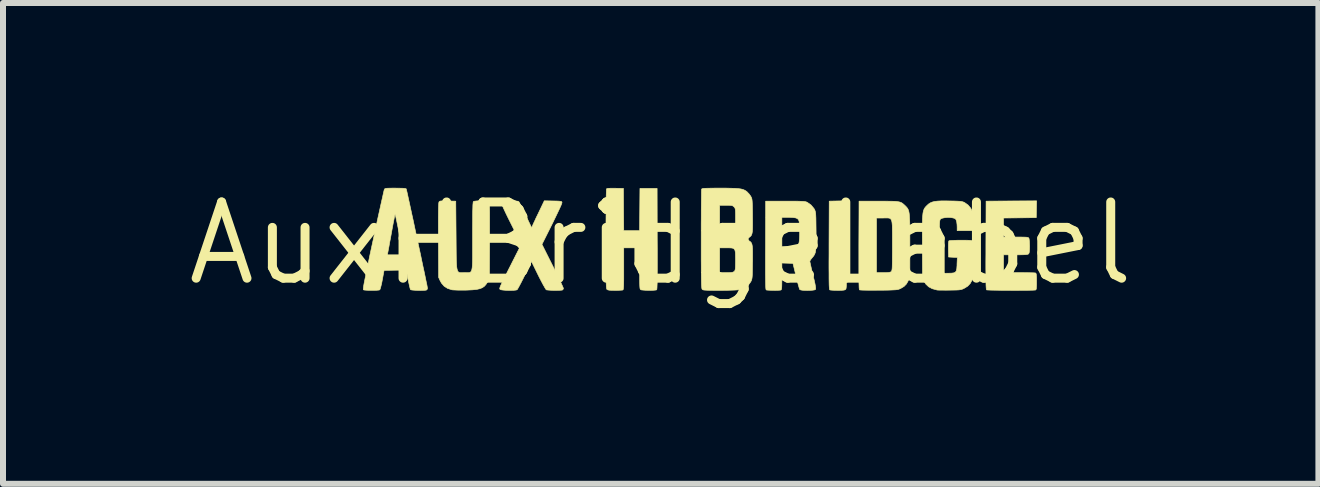
<source format=kicad_pcb>
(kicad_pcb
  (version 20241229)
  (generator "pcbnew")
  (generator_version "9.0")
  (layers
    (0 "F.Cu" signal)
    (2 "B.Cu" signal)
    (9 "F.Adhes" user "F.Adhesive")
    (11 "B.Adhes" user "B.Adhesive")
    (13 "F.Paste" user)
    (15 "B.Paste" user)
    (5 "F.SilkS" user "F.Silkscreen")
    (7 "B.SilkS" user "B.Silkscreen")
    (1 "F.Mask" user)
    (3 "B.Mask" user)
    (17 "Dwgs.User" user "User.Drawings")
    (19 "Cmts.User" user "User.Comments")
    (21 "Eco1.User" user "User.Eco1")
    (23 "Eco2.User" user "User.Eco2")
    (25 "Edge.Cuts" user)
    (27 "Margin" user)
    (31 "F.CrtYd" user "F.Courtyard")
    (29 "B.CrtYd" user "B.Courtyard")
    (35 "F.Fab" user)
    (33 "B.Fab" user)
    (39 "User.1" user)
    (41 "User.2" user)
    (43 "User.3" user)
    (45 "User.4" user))
  (footprint "AuxHBridgeLabel"
    (layer "F.Cu")
    (at 7.96 1.006)
    (property "Reference" "AuxHBridgeLabel" (at 0 0 0) (layer "F.SilkS") (effects (font (size 1.27 1.27) (thickness 0.15))))
    (attr through_hole)
    (fp_poly (pts (xy 3.048 -0.707) (xy 3.074 -0.704) (xy 3.088 -0.698) (xy 3.09 -0.696) (xy 3.091 -0.684) (xy 3.093 -0.652) (xy 3.094 -0.602) (xy 3.095 -0.536) (xy 3.096 -0.457) (xy 3.097 -0.365) (xy 3.098 -0.262) (xy 3.098 -0.151) (xy 3.099 -0.033) (xy 3.099 0.033) (xy 3.099 0.175) (xy 3.098 0.298) (xy 3.098 0.402) (xy 3.098 0.489) (xy 3.097 0.561) (xy 3.096 0.619) (xy 3.095 0.665) (xy 3.094 0.701) (xy 3.092 0.727) (xy 3.09 0.745) (xy 3.087 0.757) (xy 3.084 0.764) (xy 3.082 0.766) (xy 3.07 0.774) (xy 3.049 0.779) (xy 3.016 0.782) (xy 2.966 0.783) (xy 2.947 0.783) (xy 2.898 0.782) (xy 2.857 0.78) (xy 2.827 0.777) (xy 2.816 0.774) (xy 2.813 0.768) (xy 2.811 0.754) (xy 2.809 0.73) (xy 2.807 0.694) (xy 2.806 0.646) (xy 2.805 0.585) (xy 2.805 0.508) (xy 2.804 0.415) (xy 2.804 0.305) (xy 2.805 0.176) (xy 2.805 0.031) (xy 2.808 -0.704) (xy 2.944 -0.707) (xy 3.005 -0.708) (xy 3.048 -0.707)) (stroke (width 0.01) (type solid)) (fill yes) (layer "F.SilkS"))
    (fp_poly (pts (xy 6.258 -0.429) (xy 5.985 -0.426) (xy 5.713 -0.423) (xy 5.713 -0.106) (xy 5.919 -0.106) (xy 5.99 -0.106) (xy 6.043 -0.105) (xy 6.08 -0.104) (xy 6.105 -0.102) (xy 6.121 -0.098) (xy 6.13 -0.093) (xy 6.135 -0.087) (xy 6.136 -0.086) (xy 6.14 -0.067) (xy 6.144 -0.032) (xy 6.146 0.012) (xy 6.147 0.046) (xy 6.146 0.1) (xy 6.143 0.136) (xy 6.139 0.159) (xy 6.131 0.173) (xy 6.13 0.174) (xy 6.121 0.18) (xy 6.106 0.184) (xy 6.082 0.187) (xy 6.045 0.189) (xy 5.994 0.19) (xy 5.925 0.19) (xy 5.913 0.19) (xy 5.713 0.19) (xy 5.713 0.487) (xy 5.971 0.487) (xy 6.044 0.487) (xy 6.11 0.488) (xy 6.166 0.489) (xy 6.21 0.49) (xy 6.238 0.492) (xy 6.246 0.493) (xy 6.253 0.499) (xy 6.258 0.512) (xy 6.261 0.536) (xy 6.263 0.574) (xy 6.263 0.63) (xy 6.263 0.635) (xy 6.263 0.692) (xy 6.261 0.731) (xy 6.259 0.756) (xy 6.254 0.77) (xy 6.247 0.776) (xy 6.246 0.777) (xy 6.231 0.778) (xy 6.198 0.78) (xy 6.15 0.781) (xy 6.089 0.782) (xy 6.019 0.782) (xy 5.943 0.783) (xy 5.862 0.783) (xy 5.781 0.782) (xy 5.702 0.782) (xy 5.628 0.781) (xy 5.561 0.78) (xy 5.505 0.779) (xy 5.463 0.777) (xy 5.437 0.776) (xy 5.43 0.774) (xy 5.427 0.768) (xy 5.425 0.754) (xy 5.423 0.73) (xy 5.421 0.694) (xy 5.42 0.646) (xy 5.419 0.585) (xy 5.419 0.508) (xy 5.418 0.415) (xy 5.418 0.305) (xy 5.419 0.176) (xy 5.419 0.031) (xy 5.422 -0.704) (xy 5.843 -0.707) (xy 6.264 -0.709) (xy 6.258 -0.429)) (stroke (width 0.01) (type solid)) (fill yes) (layer "F.SilkS"))
    (fp_poly (pts (xy -0.78 -0.919) (xy -0.758 -0.919) (xy -0.621 -0.916) (xy -0.619 -0.564) (xy -0.616 -0.212) (xy -0.352 -0.212) (xy -0.349 -0.564) (xy -0.346 -0.916) (xy -0.06 -0.916) (xy -0.058 -0.075) (xy -0.057 0.084) (xy -0.057 0.224) (xy -0.057 0.344) (xy -0.057 0.447) (xy -0.058 0.533) (xy -0.058 0.604) (xy -0.059 0.661) (xy -0.061 0.705) (xy -0.062 0.737) (xy -0.064 0.759) (xy -0.066 0.771) (xy -0.068 0.774) (xy -0.086 0.778) (xy -0.119 0.781) (xy -0.162 0.783) (xy -0.209 0.782) (xy -0.256 0.781) (xy -0.295 0.778) (xy -0.323 0.775) (xy -0.331 0.772) (xy -0.337 0.768) (xy -0.341 0.762) (xy -0.345 0.751) (xy -0.347 0.733) (xy -0.349 0.705) (xy -0.35 0.667) (xy -0.351 0.615) (xy -0.351 0.547) (xy -0.351 0.461) (xy -0.351 0.418) (xy -0.351 0.074) (xy -0.616 0.074) (xy -0.616 0.422) (xy -0.616 0.518) (xy -0.616 0.595) (xy -0.617 0.655) (xy -0.618 0.7) (xy -0.62 0.732) (xy -0.622 0.754) (xy -0.625 0.768) (xy -0.629 0.774) (xy -0.633 0.777) (xy -0.65 0.779) (xy -0.683 0.781) (xy -0.727 0.783) (xy -0.764 0.783) (xy -0.819 0.782) (xy -0.856 0.78) (xy -0.88 0.775) (xy -0.894 0.768) (xy -0.896 0.766) (xy -0.899 0.762) (xy -0.901 0.753) (xy -0.904 0.739) (xy -0.906 0.718) (xy -0.907 0.69) (xy -0.909 0.652) (xy -0.91 0.603) (xy -0.911 0.542) (xy -0.911 0.468) (xy -0.912 0.378) (xy -0.912 0.272) (xy -0.912 0.149) (xy -0.912 0.006) (xy -0.912 -0.072) (xy -0.912 -0.203) (xy -0.912 -0.327) (xy -0.911 -0.443) (xy -0.91 -0.551) (xy -0.91 -0.647) (xy -0.909 -0.731) (xy -0.908 -0.8) (xy -0.906 -0.854) (xy -0.905 -0.89) (xy -0.904 -0.907) (xy -0.903 -0.908) (xy -0.894 -0.914) (xy -0.872 -0.918) (xy -0.834 -0.919) (xy -0.78 -0.919)) (stroke (width 0.01) (type solid)) (fill yes) (layer "F.SilkS"))
    (fp_poly (pts (xy 3.73 -0.704) (xy 3.808 -0.703) (xy 3.87 -0.702) (xy 3.919 -0.7) (xy 3.956 -0.695) (xy 3.985 -0.689) (xy 4.009 -0.68) (xy 4.029 -0.668) (xy 4.048 -0.652) (xy 4.069 -0.633) (xy 4.075 -0.627) (xy 4.091 -0.611) (xy 4.105 -0.595) (xy 4.117 -0.578) (xy 4.126 -0.559) (xy 4.134 -0.534) (xy 4.14 -0.503) (xy 4.144 -0.463) (xy 4.147 -0.412) (xy 4.15 -0.35) (xy 4.151 -0.273) (xy 4.152 -0.181) (xy 4.152 -0.07) (xy 4.152 0.042) (xy 4.152 0.566) (xy 4.127 0.619) (xy 4.095 0.676) (xy 4.055 0.717) (xy 4.002 0.749) (xy 3.994 0.753) (xy 3.978 0.76) (xy 3.961 0.766) (xy 3.942 0.77) (xy 3.918 0.773) (xy 3.885 0.775) (xy 3.842 0.777) (xy 3.785 0.779) (xy 3.712 0.78) (xy 3.633 0.78) (xy 3.554 0.781) (xy 3.482 0.781) (xy 3.419 0.78) (xy 3.368 0.779) (xy 3.332 0.777) (xy 3.314 0.775) (xy 3.313 0.775) (xy 3.31 0.769) (xy 3.308 0.754) (xy 3.306 0.73) (xy 3.305 0.694) (xy 3.303 0.646) (xy 3.303 0.584) (xy 3.302 0.508) (xy 3.302 0.415) (xy 3.302 0.304) (xy 3.302 0.175) (xy 3.302 0.031) (xy 3.304 -0.423) (xy 3.596 -0.423) (xy 3.596 0.487) (xy 3.709 0.487) (xy 3.763 0.486) (xy 3.8 0.484) (xy 3.824 0.479) (xy 3.839 0.472) (xy 3.841 0.469) (xy 3.846 0.464) (xy 3.85 0.455) (xy 3.853 0.443) (xy 3.856 0.423) (xy 3.858 0.395) (xy 3.859 0.355) (xy 3.86 0.304) (xy 3.86 0.237) (xy 3.861 0.153) (xy 3.861 0.051) (xy 3.861 0.035) (xy 3.861 -0.076) (xy 3.861 -0.167) (xy 3.86 -0.241) (xy 3.859 -0.3) (xy 3.855 -0.344) (xy 3.849 -0.377) (xy 3.839 -0.399) (xy 3.826 -0.413) (xy 3.809 -0.421) (xy 3.786 -0.424) (xy 3.758 -0.424) (xy 3.724 -0.424) (xy 3.707 -0.423) (xy 3.596 -0.423) (xy 3.304 -0.423) (xy 3.305 -0.704) (xy 3.633 -0.704) (xy 3.73 -0.704)) (stroke (width 0.01) (type solid)) (fill yes) (layer "F.SilkS"))
    (fp_poly (pts (xy -2.938 -0.708) (xy -2.898 -0.705) (xy -2.871 -0.7) (xy -2.861 -0.695) (xy -2.858 -0.685) (xy -2.856 -0.663) (xy -2.854 -0.628) (xy -2.852 -0.577) (xy -2.851 -0.512) (xy -2.851 -0.429) (xy -2.851 -0.329) (xy -2.851 -0.209) (xy -2.851 -0.07) (xy -2.851 -0.046) (xy -2.854 0.587) (xy -2.884 0.642) (xy -2.91 0.682) (xy -2.938 0.714) (xy -2.972 0.738) (xy -3.014 0.755) (xy -3.067 0.767) (xy -3.135 0.774) (xy -3.22 0.778) (xy -3.251 0.779) (xy -3.315 0.779) (xy -3.375 0.779) (xy -3.426 0.777) (xy -3.464 0.775) (xy -3.48 0.773) (xy -3.552 0.75) (xy -3.609 0.713) (xy -3.654 0.661) (xy -3.677 0.619) (xy -3.701 0.566) (xy -3.704 -0.05) (xy -3.705 -0.196) (xy -3.705 -0.322) (xy -3.705 -0.428) (xy -3.704 -0.515) (xy -3.703 -0.584) (xy -3.701 -0.634) (xy -3.699 -0.668) (xy -3.696 -0.686) (xy -3.696 -0.688) (xy -3.69 -0.697) (xy -3.68 -0.703) (xy -3.664 -0.707) (xy -3.636 -0.708) (xy -3.594 -0.708) (xy -3.55 -0.707) (xy -3.415 -0.704) (xy -3.41 -0.131) (xy -3.409 -0.001) (xy -3.408 0.11) (xy -3.407 0.203) (xy -3.406 0.279) (xy -3.403 0.34) (xy -3.4 0.389) (xy -3.394 0.425) (xy -3.387 0.451) (xy -3.378 0.469) (xy -3.366 0.48) (xy -3.351 0.486) (xy -3.333 0.488) (xy -3.311 0.488) (xy -3.285 0.487) (xy -3.271 0.487) (xy -3.242 0.487) (xy -3.217 0.488) (xy -3.197 0.487) (xy -3.18 0.484) (xy -3.166 0.475) (xy -3.156 0.461) (xy -3.148 0.439) (xy -3.142 0.407) (xy -3.138 0.364) (xy -3.136 0.309) (xy -3.135 0.239) (xy -3.135 0.154) (xy -3.135 0.051) (xy -3.135 -0.071) (xy -3.135 -0.12) (xy -3.135 -0.252) (xy -3.134 -0.364) (xy -3.134 -0.458) (xy -3.133 -0.534) (xy -3.131 -0.594) (xy -3.13 -0.639) (xy -3.127 -0.67) (xy -3.125 -0.689) (xy -3.122 -0.697) (xy -3.105 -0.703) (xy -3.073 -0.707) (xy -3.031 -0.71) (xy -2.984 -0.71) (xy -2.938 -0.708)) (stroke (width 0.01) (type solid)) (fill yes) (layer "F.SilkS"))
    (fp_poly (pts (xy -2.437 -0.709) (xy -2.398 -0.705) (xy -2.372 -0.7) (xy -2.364 -0.695) (xy -2.356 -0.682) (xy -2.34 -0.652) (xy -2.319 -0.609) (xy -2.293 -0.556) (xy -2.264 -0.496) (xy -2.251 -0.471) (xy -2.151 -0.261) (xy -2.131 -0.308) (xy -2.12 -0.333) (xy -2.101 -0.372) (xy -2.078 -0.423) (xy -2.05 -0.48) (xy -2.025 -0.532) (xy -1.94 -0.71) (xy -1.794 -0.707) (xy -1.736 -0.706) (xy -1.695 -0.704) (xy -1.67 -0.701) (xy -1.655 -0.698) (xy -1.648 -0.692) (xy -1.645 -0.683) (xy -1.645 -0.681) (xy -1.649 -0.666) (xy -1.661 -0.634) (xy -1.682 -0.587) (xy -1.71 -0.528) (xy -1.744 -0.457) (xy -1.783 -0.376) (xy -1.81 -0.321) (xy -1.979 0.016) (xy -1.8 0.373) (xy -1.76 0.454) (xy -1.723 0.529) (xy -1.69 0.598) (xy -1.662 0.656) (xy -1.641 0.702) (xy -1.627 0.734) (xy -1.621 0.749) (xy -1.621 0.75) (xy -1.629 0.77) (xy -1.638 0.777) (xy -1.658 0.78) (xy -1.694 0.782) (xy -1.738 0.783) (xy -1.787 0.783) (xy -1.834 0.781) (xy -1.873 0.778) (xy -1.9 0.775) (xy -1.907 0.773) (xy -1.917 0.76) (xy -1.934 0.732) (xy -1.958 0.69) (xy -1.986 0.637) (xy -2.018 0.576) (xy -2.04 0.532) (xy -2.153 0.301) (xy -2.266 0.532) (xy -2.298 0.597) (xy -2.328 0.656) (xy -2.354 0.705) (xy -2.375 0.743) (xy -2.389 0.766) (xy -2.394 0.773) (xy -2.414 0.778) (xy -2.45 0.782) (xy -2.495 0.783) (xy -2.544 0.783) (xy -2.593 0.781) (xy -2.635 0.777) (xy -2.665 0.772) (xy -2.675 0.767) (xy -2.68 0.763) (xy -2.683 0.756) (xy -2.682 0.746) (xy -2.678 0.731) (xy -2.669 0.708) (xy -2.655 0.677) (xy -2.635 0.634) (xy -2.608 0.579) (xy -2.573 0.51) (xy -2.53 0.424) (xy -2.509 0.383) (xy -2.323 0.015) (xy -2.496 -0.331) (xy -2.539 -0.417) (xy -2.577 -0.495) (xy -2.609 -0.563) (xy -2.634 -0.618) (xy -2.652 -0.66) (xy -2.661 -0.685) (xy -2.663 -0.693) (xy -2.65 -0.7) (xy -2.621 -0.705) (xy -2.58 -0.709) (xy -2.533 -0.711) (xy -2.484 -0.711) (xy -2.437 -0.709)) (stroke (width 0.01) (type solid)) (fill yes) (layer "F.SilkS"))
    (fp_poly (pts (xy 2.17 -0.704) (xy 2.245 -0.704) (xy 2.303 -0.703) (xy 2.347 -0.701) (xy 2.38 -0.7) (xy 2.403 -0.697) (xy 2.421 -0.693) (xy 2.434 -0.688) (xy 2.443 -0.684) (xy 2.506 -0.639) (xy 2.555 -0.58) (xy 2.563 -0.566) (xy 2.569 -0.553) (xy 2.574 -0.539) (xy 2.578 -0.522) (xy 2.582 -0.498) (xy 2.584 -0.466) (xy 2.586 -0.423) (xy 2.587 -0.366) (xy 2.588 -0.292) (xy 2.589 -0.212) (xy 2.59 -0.112) (xy 2.59 -0.031) (xy 2.588 0.033) (xy 2.586 0.084) (xy 2.581 0.124) (xy 2.575 0.156) (xy 2.565 0.181) (xy 2.553 0.203) (xy 2.538 0.223) (xy 2.526 0.237) (xy 2.504 0.264) (xy 2.489 0.287) (xy 2.485 0.297) (xy 2.487 0.311) (xy 2.494 0.342) (xy 2.504 0.388) (xy 2.517 0.444) (xy 2.533 0.508) (xy 2.538 0.532) (xy 2.557 0.609) (xy 2.57 0.668) (xy 2.578 0.711) (xy 2.582 0.741) (xy 2.582 0.759) (xy 2.579 0.768) (xy 2.563 0.775) (xy 2.531 0.78) (xy 2.489 0.783) (xy 2.442 0.784) (xy 2.396 0.783) (xy 2.356 0.78) (xy 2.328 0.774) (xy 2.317 0.769) (xy 2.311 0.755) (xy 2.302 0.724) (xy 2.289 0.678) (xy 2.274 0.622) (xy 2.258 0.559) (xy 2.255 0.544) (xy 2.204 0.333) (xy 2.112 0.33) (xy 2.019 0.327) (xy 2.019 0.549) (xy 2.019 0.624) (xy 2.018 0.68) (xy 2.017 0.721) (xy 2.015 0.748) (xy 2.012 0.765) (xy 2.007 0.773) (xy 2.003 0.777) (xy 1.983 0.78) (xy 1.95 0.782) (xy 1.907 0.783) (xy 1.861 0.782) (xy 1.818 0.781) (xy 1.782 0.779) (xy 1.76 0.776) (xy 1.757 0.774) (xy 1.755 0.768) (xy 1.752 0.754) (xy 1.75 0.73) (xy 1.749 0.694) (xy 1.748 0.646) (xy 1.747 0.585) (xy 1.746 0.508) (xy 1.746 0.415) (xy 1.746 0.305) (xy 1.746 0.176) (xy 1.747 0.053) (xy 2.019 0.053) (xy 2.13 0.053) (xy 2.179 0.052) (xy 2.222 0.049) (xy 2.255 0.046) (xy 2.267 0.043) (xy 2.291 0.023) (xy 2.304 -0.008) (xy 2.309 -0.037) (xy 2.313 -0.083) (xy 2.315 -0.138) (xy 2.315 -0.198) (xy 2.314 -0.258) (xy 2.312 -0.311) (xy 2.308 -0.353) (xy 2.305 -0.373) (xy 2.294 -0.397) (xy 2.276 -0.414) (xy 2.248 -0.425) (xy 2.206 -0.431) (xy 2.147 -0.434) (xy 2.117 -0.434) (xy 2.019 -0.434) (xy 2.019 0.053) (xy 1.747 0.053) (xy 1.747 0.031) (xy 1.749 -0.704) (xy 2.077 -0.704) (xy 2.17 -0.704)) (stroke (width 0.01) (type solid)) (fill yes) (layer "F.SilkS"))
    (fp_poly (pts (xy -4.351 -0.92) (xy -4.3 -0.919) (xy -4.266 -0.916) (xy -4.247 -0.912) (xy -4.24 -0.908) (xy -4.237 -0.894) (xy -4.229 -0.861) (xy -4.218 -0.812) (xy -4.204 -0.747) (xy -4.187 -0.67) (xy -4.168 -0.582) (xy -4.147 -0.485) (xy -4.124 -0.381) (xy -4.101 -0.271) (xy -4.077 -0.159) (xy -4.052 -0.045) (xy -4.028 0.069) (xy -4.004 0.179) (xy -3.982 0.286) (xy -3.961 0.386) (xy -3.941 0.477) (xy -3.924 0.559) (xy -3.91 0.628) (xy -3.898 0.683) (xy -3.891 0.722) (xy -3.887 0.744) (xy -3.886 0.747) (xy -3.893 0.768) (xy -3.903 0.777) (xy -3.924 0.781) (xy -3.96 0.783) (xy -4.003 0.784) (xy -4.051 0.783) (xy -4.096 0.781) (xy -4.134 0.778) (xy -4.161 0.774) (xy -4.169 0.77) (xy -4.175 0.755) (xy -4.183 0.724) (xy -4.193 0.679) (xy -4.205 0.626) (xy -4.21 0.6) (xy -4.24 0.444) (xy -4.425 0.447) (xy -4.61 0.45) (xy -4.639 0.607) (xy -4.65 0.665) (xy -4.662 0.714) (xy -4.672 0.75) (xy -4.68 0.771) (xy -4.682 0.774) (xy -4.699 0.778) (xy -4.731 0.781) (xy -4.774 0.782) (xy -4.822 0.782) (xy -4.869 0.782) (xy -4.911 0.78) (xy -4.941 0.777) (xy -4.954 0.773) (xy -4.956 0.769) (xy -4.956 0.757) (xy -4.954 0.737) (xy -4.95 0.708) (xy -4.943 0.668) (xy -4.933 0.616) (xy -4.92 0.552) (xy -4.904 0.473) (xy -4.885 0.379) (xy -4.861 0.268) (xy -4.845 0.19) (xy -4.555 0.19) (xy -4.427 0.19) (xy -4.369 0.19) (xy -4.33 0.188) (xy -4.308 0.184) (xy -4.299 0.179) (xy -4.299 0.177) (xy -4.301 0.164) (xy -4.306 0.132) (xy -4.314 0.085) (xy -4.325 0.025) (xy -4.337 -0.046) (xy -4.352 -0.124) (xy -4.359 -0.168) (xy -4.377 -0.263) (xy -4.393 -0.342) (xy -4.406 -0.404) (xy -4.416 -0.449) (xy -4.423 -0.475) (xy -4.428 -0.481) (xy -4.428 -0.48) (xy -4.432 -0.465) (xy -4.439 -0.432) (xy -4.448 -0.383) (xy -4.46 -0.323) (xy -4.473 -0.253) (xy -4.487 -0.176) (xy -4.489 -0.164) (xy -4.503 -0.086) (xy -4.517 -0.014) (xy -4.528 0.05) (xy -4.538 0.102) (xy -4.545 0.14) (xy -4.549 0.16) (xy -4.549 0.161) (xy -4.555 0.19) (xy -4.845 0.19) (xy -4.834 0.139) (xy -4.802 -0.009) (xy -4.792 -0.055) (xy -4.765 -0.183) (xy -4.738 -0.307) (xy -4.713 -0.423) (xy -4.689 -0.53) (xy -4.668 -0.626) (xy -4.649 -0.711) (xy -4.633 -0.781) (xy -4.621 -0.837) (xy -4.612 -0.875) (xy -4.607 -0.895) (xy -4.606 -0.897) (xy -4.602 -0.906) (xy -4.595 -0.912) (xy -4.582 -0.916) (xy -4.561 -0.919) (xy -4.528 -0.92) (xy -4.479 -0.921) (xy -4.421 -0.921) (xy -4.351 -0.92)) (stroke (width 0.01) (type solid)) (fill yes) (layer "F.SilkS"))
    (fp_poly (pts (xy 4.811 -0.707) (xy 4.883 -0.706) (xy 4.938 -0.704) (xy 4.979 -0.702) (xy 5.008 -0.699) (xy 5.03 -0.694) (xy 5.048 -0.688) (xy 5.063 -0.681) (xy 5.122 -0.639) (xy 5.167 -0.586) (xy 5.189 -0.541) (xy 5.197 -0.509) (xy 5.204 -0.463) (xy 5.21 -0.409) (xy 5.214 -0.353) (xy 5.215 -0.301) (xy 5.214 -0.26) (xy 5.211 -0.239) (xy 5.204 -0.212) (xy 4.94 -0.212) (xy 4.94 -0.273) (xy 4.938 -0.315) (xy 4.933 -0.355) (xy 4.929 -0.373) (xy 4.919 -0.399) (xy 4.903 -0.414) (xy 4.874 -0.424) (xy 4.832 -0.431) (xy 4.785 -0.433) (xy 4.737 -0.429) (xy 4.696 -0.421) (xy 4.668 -0.41) (xy 4.665 -0.407) (xy 4.66 -0.402) (xy 4.655 -0.395) (xy 4.652 -0.383) (xy 4.649 -0.366) (xy 4.647 -0.341) (xy 4.646 -0.306) (xy 4.645 -0.258) (xy 4.644 -0.197) (xy 4.644 -0.12) (xy 4.644 -0.024) (xy 4.644 0.033) (xy 4.644 0.145) (xy 4.644 0.237) (xy 4.644 0.312) (xy 4.646 0.37) (xy 4.65 0.416) (xy 4.655 0.449) (xy 4.664 0.472) (xy 4.676 0.486) (xy 4.692 0.494) (xy 4.713 0.498) (xy 4.739 0.498) (xy 4.77 0.497) (xy 4.786 0.497) (xy 4.843 0.496) (xy 4.884 0.491) (xy 4.91 0.479) (xy 4.926 0.456) (xy 4.934 0.419) (xy 4.938 0.365) (xy 4.938 0.345) (xy 4.943 0.234) (xy 4.87 0.231) (xy 4.797 0.227) (xy 4.794 0.096) (xy 4.794 0.036) (xy 4.795 -0.005) (xy 4.798 -0.031) (xy 4.803 -0.043) (xy 4.805 -0.044) (xy 4.82 -0.047) (xy 4.852 -0.049) (xy 4.897 -0.051) (xy 4.953 -0.053) (xy 5.005 -0.053) (xy 5.075 -0.053) (xy 5.127 -0.052) (xy 5.163 -0.05) (xy 5.186 -0.046) (xy 5.2 -0.042) (xy 5.205 -0.038) (xy 5.209 -0.027) (xy 5.211 -0.005) (xy 5.213 0.031) (xy 5.214 0.082) (xy 5.215 0.149) (xy 5.214 0.235) (xy 5.213 0.272) (xy 5.212 0.361) (xy 5.21 0.432) (xy 5.209 0.487) (xy 5.206 0.529) (xy 5.203 0.56) (xy 5.199 0.583) (xy 5.194 0.6) (xy 5.191 0.608) (xy 5.157 0.669) (xy 5.114 0.714) (xy 5.06 0.747) (xy 5.038 0.758) (xy 5.017 0.766) (xy 4.995 0.771) (xy 4.967 0.775) (xy 4.93 0.777) (xy 4.879 0.778) (xy 4.814 0.779) (xy 4.752 0.78) (xy 4.695 0.779) (xy 4.648 0.779) (xy 4.615 0.778) (xy 4.602 0.776) (xy 4.525 0.755) (xy 4.466 0.724) (xy 4.42 0.681) (xy 4.394 0.642) (xy 4.363 0.587) (xy 4.36 0.059) (xy 4.36 -0.07) (xy 4.359 -0.18) (xy 4.36 -0.272) (xy 4.361 -0.348) (xy 4.362 -0.411) (xy 4.366 -0.462) (xy 4.37 -0.502) (xy 4.376 -0.534) (xy 4.384 -0.559) (xy 4.393 -0.58) (xy 4.405 -0.597) (xy 4.419 -0.614) (xy 4.436 -0.631) (xy 4.436 -0.631) (xy 4.463 -0.656) (xy 4.492 -0.675) (xy 4.525 -0.689) (xy 4.565 -0.699) (xy 4.615 -0.705) (xy 4.678 -0.708) (xy 4.758 -0.708) (xy 4.811 -0.707)) (stroke (width 0.01) (type solid)) (fill yes) (layer "F.SilkS"))
    (fp_poly (pts (xy 1.093 -0.921) (xy 1.176 -0.919) (xy 1.242 -0.917) (xy 1.295 -0.913) (xy 1.337 -0.907) (xy 1.369 -0.899) (xy 1.396 -0.888) (xy 1.419 -0.875) (xy 1.441 -0.858) (xy 1.443 -0.855) (xy 1.473 -0.824) (xy 1.499 -0.788) (xy 1.504 -0.779) (xy 1.511 -0.765) (xy 1.517 -0.75) (xy 1.521 -0.731) (xy 1.524 -0.706) (xy 1.526 -0.672) (xy 1.528 -0.626) (xy 1.529 -0.565) (xy 1.53 -0.487) (xy 1.53 -0.459) (xy 1.531 -0.367) (xy 1.531 -0.294) (xy 1.53 -0.238) (xy 1.527 -0.195) (xy 1.521 -0.163) (xy 1.513 -0.139) (xy 1.501 -0.122) (xy 1.486 -0.108) (xy 1.466 -0.095) (xy 1.462 -0.093) (xy 1.425 -0.071) (xy 1.462 -0.05) (xy 1.482 -0.037) (xy 1.499 -0.024) (xy 1.511 -0.008) (xy 1.52 0.014) (xy 1.526 0.044) (xy 1.53 0.085) (xy 1.531 0.139) (xy 1.531 0.209) (xy 1.531 0.298) (xy 1.53 0.312) (xy 1.529 0.396) (xy 1.528 0.461) (xy 1.527 0.511) (xy 1.525 0.548) (xy 1.522 0.576) (xy 1.518 0.597) (xy 1.513 0.613) (xy 1.506 0.629) (xy 1.5 0.64) (xy 1.46 0.696) (xy 1.405 0.738) (xy 1.335 0.765) (xy 1.307 0.771) (xy 1.277 0.775) (xy 1.23 0.778) (xy 1.169 0.78) (xy 1.098 0.782) (xy 1.022 0.783) (xy 0.974 0.783) (xy 0.89 0.783) (xy 0.826 0.782) (xy 0.777 0.781) (xy 0.742 0.779) (xy 0.718 0.777) (xy 0.703 0.773) (xy 0.694 0.768) (xy 0.692 0.766) (xy 0.689 0.762) (xy 0.686 0.753) (xy 0.684 0.739) (xy 0.682 0.718) (xy 0.68 0.69) (xy 0.679 0.652) (xy 0.678 0.603) (xy 0.677 0.542) (xy 0.676 0.467) (xy 0.676 0.377) (xy 0.675 0.271) (xy 0.675 0.148) (xy 0.675 0.074) (xy 0.982 0.074) (xy 0.982 0.487) (xy 1.093 0.487) (xy 1.144 0.486) (xy 1.179 0.484) (xy 1.201 0.48) (xy 1.216 0.473) (xy 1.226 0.466) (xy 1.234 0.456) (xy 1.239 0.443) (xy 1.243 0.424) (xy 1.245 0.395) (xy 1.246 0.352) (xy 1.247 0.292) (xy 1.247 0.28) (xy 1.246 0.209) (xy 1.245 0.157) (xy 1.239 0.12) (xy 1.227 0.096) (xy 1.208 0.082) (xy 1.179 0.076) (xy 1.137 0.074) (xy 1.093 0.074) (xy 0.982 0.074) (xy 0.675 0.074) (xy 0.675 0.005) (xy 0.675 -0.069) (xy 0.675 -0.199) (xy 0.675 -0.323) (xy 0.676 -0.44) (xy 0.676 -0.547) (xy 0.677 -0.635) (xy 0.982 -0.635) (xy 0.982 -0.209) (xy 1.094 -0.214) (xy 1.145 -0.216) (xy 1.179 -0.219) (xy 1.201 -0.223) (xy 1.215 -0.231) (xy 1.226 -0.242) (xy 1.227 -0.242) (xy 1.235 -0.254) (xy 1.24 -0.27) (xy 1.244 -0.293) (xy 1.246 -0.327) (xy 1.247 -0.376) (xy 1.247 -0.425) (xy 1.247 -0.486) (xy 1.246 -0.53) (xy 1.244 -0.56) (xy 1.24 -0.579) (xy 1.235 -0.593) (xy 1.226 -0.604) (xy 1.221 -0.609) (xy 1.207 -0.621) (xy 1.192 -0.629) (xy 1.171 -0.633) (xy 1.139 -0.635) (xy 1.09 -0.635) (xy 0.982 -0.635) (xy 0.677 -0.635) (xy 0.677 -0.643) (xy 0.678 -0.727) (xy 0.679 -0.796) (xy 0.679 -0.85) (xy 0.68 -0.886) (xy 0.681 -0.903) (xy 0.682 -0.904) (xy 0.686 -0.909) (xy 0.695 -0.913) (xy 0.711 -0.916) (xy 0.737 -0.918) (xy 0.776 -0.919) (xy 0.828 -0.92) (xy 0.897 -0.921) (xy 0.985 -0.921) (xy 0.992 -0.921) (xy 1.093 -0.921)) (stroke (width 0.01) (type solid)) (fill yes) (layer "F.SilkS")))
  (gr_rect
    (start -3 -3)
    (end 18.92 5.012)
    (stroke (width 0.1) (type default))
    (fill no)
    (layer "Edge.Cuts")))
</source>
